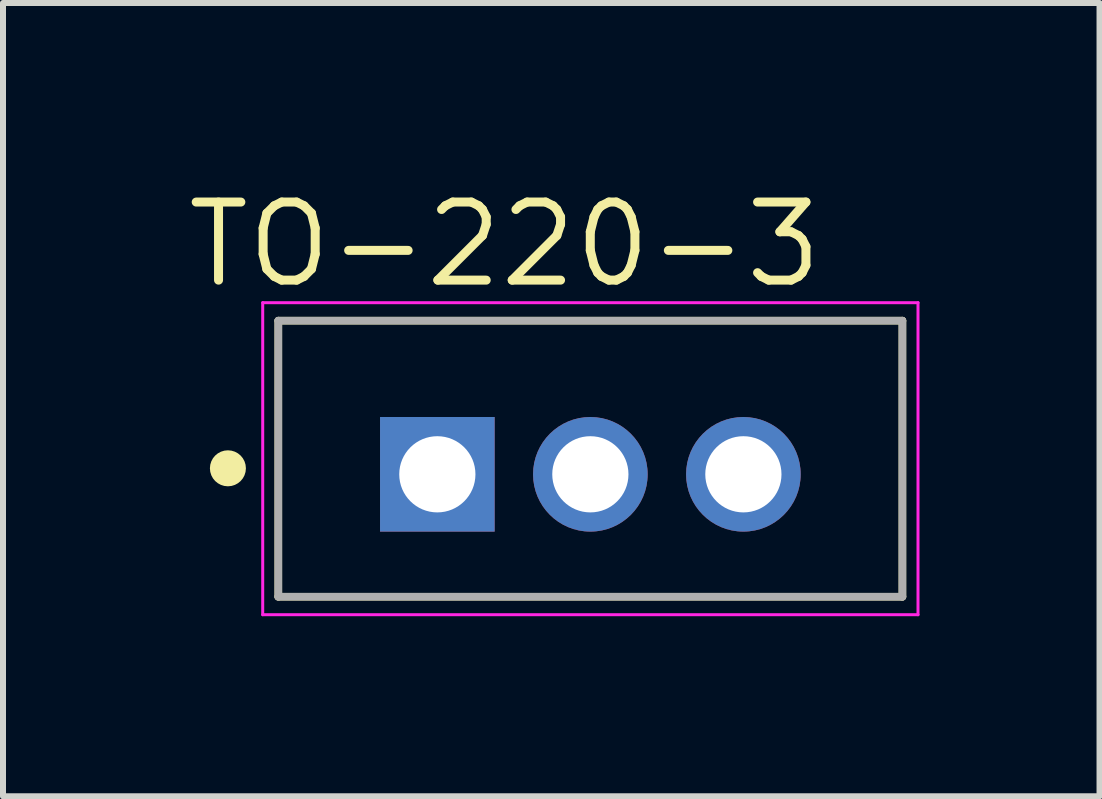
<source format=kicad_pcb>
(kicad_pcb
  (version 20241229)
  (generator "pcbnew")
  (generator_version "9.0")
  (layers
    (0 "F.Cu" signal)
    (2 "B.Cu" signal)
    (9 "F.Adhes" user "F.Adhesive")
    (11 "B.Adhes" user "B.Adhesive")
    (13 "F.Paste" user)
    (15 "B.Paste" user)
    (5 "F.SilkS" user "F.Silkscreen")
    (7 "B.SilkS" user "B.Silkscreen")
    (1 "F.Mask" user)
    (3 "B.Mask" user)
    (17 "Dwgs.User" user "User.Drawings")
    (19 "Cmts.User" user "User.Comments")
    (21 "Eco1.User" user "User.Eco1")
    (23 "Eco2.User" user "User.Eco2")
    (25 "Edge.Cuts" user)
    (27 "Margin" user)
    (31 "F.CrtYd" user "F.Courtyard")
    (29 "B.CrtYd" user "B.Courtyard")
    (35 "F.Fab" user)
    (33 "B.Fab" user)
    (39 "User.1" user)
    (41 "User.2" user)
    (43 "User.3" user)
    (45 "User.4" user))
  (footprint "TO-220-3"
    (layer "F.Cu")
    (at 6.788 4.594)
    (property "Reference" "TO-220-3" (at -1.426 -3.57 0) (layer "F.SilkS") (effects (font (size 1.301 1.301) (thickness 0.15))))
    (attr through_hole)
    (fp_line (start -5.2 -2.3) (end -5.2 2.3) (stroke (width 0.127) (type solid)) (layer "F.SilkS"))
    (fp_line (start -5.2 -2.3) (end 5.2 -2.3) (stroke (width 0.127) (type solid)) (layer "F.SilkS"))
    (fp_line (start -5.2 2.3) (end 5.2 2.3) (stroke (width 0.127) (type solid)) (layer "F.SilkS"))
    (fp_line (start 5.2 2.3) (end 5.2 -2.3) (stroke (width 0.127) (type solid)) (layer "F.SilkS"))
    (fp_circle (center -6.04 0.16) (end -5.89 0.16) (stroke (width 0.3) (type solid)) (fill no) (layer "F.SilkS"))
    (fp_line (start -5.46 -2.6) (end 5.46 -2.6) (stroke (width 0.05) (type solid)) (layer "F.CrtYd"))
    (fp_line (start -5.46 2.6) (end -5.46 -2.6) (stroke (width 0.05) (type solid)) (layer "F.CrtYd"))
    (fp_line (start 5.46 -2.6) (end 5.46 2.6) (stroke (width 0.05) (type solid)) (layer "F.CrtYd"))
    (fp_line (start 5.46 2.6) (end -5.46 2.6) (stroke (width 0.05) (type solid)) (layer "F.CrtYd"))
    (fp_line (start -5.2 -2.3) (end 5.2 -2.3) (stroke (width 0.127) (type solid)) (layer "F.Fab"))
    (fp_line (start -5.2 2.3) (end -5.2 -2.3) (stroke (width 0.127) (type solid)) (layer "F.Fab"))
    (fp_line (start 5.2 -2.3) (end 5.2 2.3) (stroke (width 0.127) (type solid)) (layer "F.Fab"))
    (fp_line (start 5.2 2.3) (end -5.2 2.3) (stroke (width 0.127) (type solid)) (layer "F.Fab"))
    (fp_circle (center -2.53 0.16) (end -2.38 0.16) (stroke (width 0.3) (type solid)) (fill no) (layer "F.Fab"))
    (pad "1" thru_hole rect (at -2.55 0.26) (size 1.91 1.91) (drill 1.27) (layers "*.Cu" "*.Mask"))
    (pad "2" thru_hole circle (at 0 0.26) (size 1.91 1.91) (drill 1.27) (layers "*.Cu" "*.Mask"))
    (pad "3" thru_hole circle (at 2.55 0.26) (size 1.91 1.91) (drill 1.27) (layers "*.Cu" "*.Mask")))
  (gr_rect
    (start -3 -3)
    (end 15.273 10.219)
    (stroke (width 0.1) (type default))
    (fill no)
    (layer "Edge.Cuts")))
</source>
